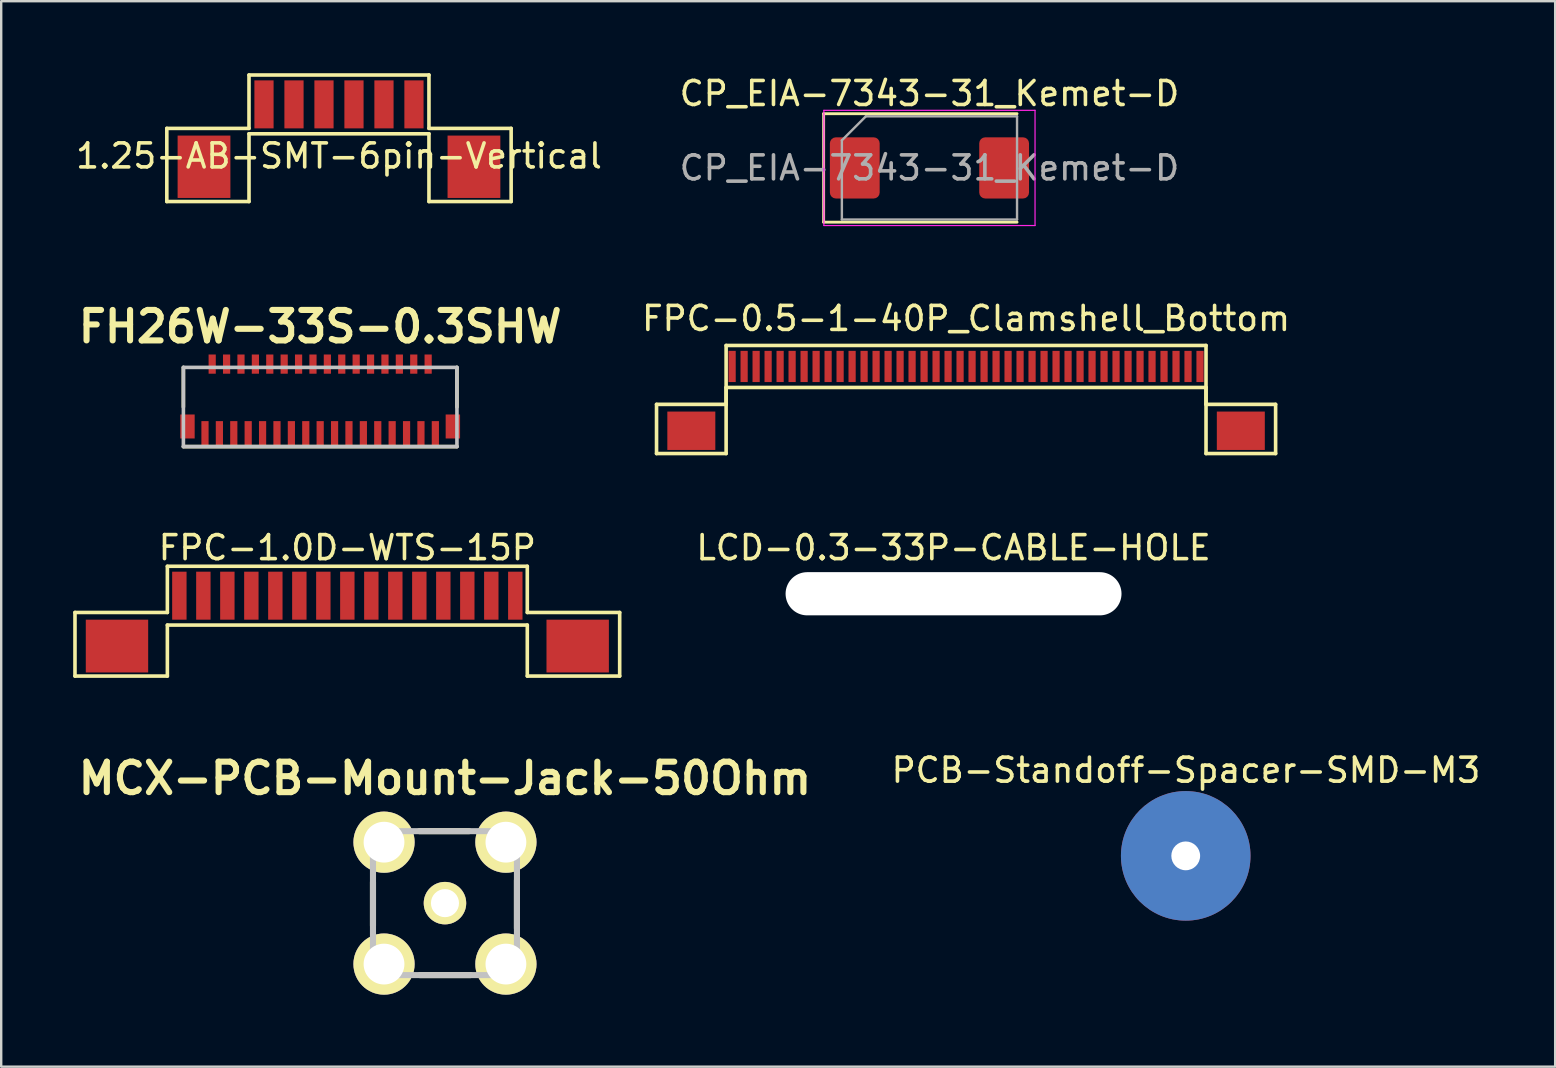
<source format=kicad_pcb>
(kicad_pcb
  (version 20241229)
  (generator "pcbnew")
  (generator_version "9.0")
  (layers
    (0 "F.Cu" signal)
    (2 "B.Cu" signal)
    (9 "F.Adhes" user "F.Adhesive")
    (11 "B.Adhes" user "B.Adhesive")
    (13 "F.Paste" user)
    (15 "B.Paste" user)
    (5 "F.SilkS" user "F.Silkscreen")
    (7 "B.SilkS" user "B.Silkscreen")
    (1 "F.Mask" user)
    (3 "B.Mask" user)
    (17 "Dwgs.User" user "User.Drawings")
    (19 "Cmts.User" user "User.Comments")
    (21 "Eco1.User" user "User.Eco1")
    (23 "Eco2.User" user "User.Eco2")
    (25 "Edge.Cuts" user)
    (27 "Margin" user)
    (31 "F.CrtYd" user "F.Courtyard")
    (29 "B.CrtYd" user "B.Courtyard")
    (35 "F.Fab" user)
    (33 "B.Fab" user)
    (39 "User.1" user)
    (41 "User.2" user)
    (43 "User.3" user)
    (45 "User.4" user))
  (footprint "CP_EIA-7343-31_Kemet-D"
    (layer "F.Cu")
    (at 35.685 3.948)
    (property "Reference" "CP_EIA-7343-31_Kemet-D" (at 0 -3.1 0) (layer "F.SilkS") (effects (font (size 1 1) (thickness 0.15))))
    (attr smd)
    (fp_line (start -4.41 -2.26) (end -4.41 2.26) (stroke (width 0.12) (type solid)) (layer "F.SilkS"))
    (fp_line (start -4.41 2.26) (end 3.65 2.26) (stroke (width 0.12) (type solid)) (layer "F.SilkS"))
    (fp_line (start 3.65 -2.26) (end -4.41 -2.26) (stroke (width 0.12) (type solid)) (layer "F.SilkS"))
    (fp_line (start -4.4 -2.4) (end 4.4 -2.4) (stroke (width 0.05) (type solid)) (layer "F.CrtYd"))
    (fp_line (start -4.4 2.4) (end -4.4 -2.4) (stroke (width 0.05) (type solid)) (layer "F.CrtYd"))
    (fp_line (start 4.4 -2.4) (end 4.4 2.4) (stroke (width 0.05) (type solid)) (layer "F.CrtYd"))
    (fp_line (start 4.4 2.4) (end -4.4 2.4) (stroke (width 0.05) (type solid)) (layer "F.CrtYd"))
    (fp_line (start -3.65 -1.15) (end -3.65 2.15) (stroke (width 0.1) (type solid)) (layer "F.Fab"))
    (fp_line (start -3.65 2.15) (end 3.65 2.15) (stroke (width 0.1) (type solid)) (layer "F.Fab"))
    (fp_line (start -2.65 -2.15) (end -3.65 -1.15) (stroke (width 0.1) (type solid)) (layer "F.Fab"))
    (fp_line (start 3.65 -2.15) (end -2.65 -2.15) (stroke (width 0.1) (type solid)) (layer "F.Fab"))
    (fp_line (start 3.65 2.15) (end 3.65 -2.15) (stroke (width 0.1) (type solid)) (layer "F.Fab"))
    (fp_text user "${REFERENCE}" (at 0 0 0) (layer "F.Fab") (effects (font (size 1 1) (thickness 0.15))))
    (pad "1" smd roundrect (at -3.112 0) (size 2.075 2.55) (layers "F.Cu" "F.Mask" "F.Paste") (roundrect_rratio 0.12))
    (pad "2" smd roundrect (at 3.112 0) (size 2.075 2.55) (layers "F.Cu" "F.Mask" "F.Paste") (roundrect_rratio 0.12)))
  (footprint "1.25-AB-SMT-6pin-Vertical"
    (layer "F.Cu")
    (at 11.077 1.3)
    (property "Reference" "1.25-AB-SMT-6pin-Vertical" (at 0 2.15 0) (layer "F.SilkS") (effects (font (size 1 1) (thickness 0.15))))
    (attr smd)
    (fp_line (start -7.175 1) (end -3.75 1) (stroke (width 0.15) (type solid)) (layer "F.SilkS"))
    (fp_line (start -7.175 4.05) (end -7.175 1) (stroke (width 0.15) (type solid)) (layer "F.SilkS"))
    (fp_line (start -3.75 -1.225) (end 3.75 -1.225) (stroke (width 0.15) (type solid)) (layer "F.SilkS"))
    (fp_line (start -3.75 1) (end -3.75 -1.225) (stroke (width 0.15) (type solid)) (layer "F.SilkS"))
    (fp_line (start -3.75 1.225) (end -3.75 4.05) (stroke (width 0.15) (type solid)) (layer "F.SilkS"))
    (fp_line (start -3.75 1.225) (end 3.75 1.225) (stroke (width 0.15) (type solid)) (layer "F.SilkS"))
    (fp_line (start -3.75 4.05) (end -7.175 4.05) (stroke (width 0.15) (type solid)) (layer "F.SilkS"))
    (fp_line (start 3.75 1) (end 3.75 -1.225) (stroke (width 0.15) (type solid)) (layer "F.SilkS"))
    (fp_line (start 3.75 1.225) (end 3.75 4.05) (stroke (width 0.15) (type solid)) (layer "F.SilkS"))
    (fp_line (start 3.75 4.05) (end 7.175 4.05) (stroke (width 0.15) (type solid)) (layer "F.SilkS"))
    (fp_line (start 7.175 1) (end 3.75 1) (stroke (width 0.15) (type solid)) (layer "F.SilkS"))
    (fp_line (start 7.175 4.05) (end 7.175 1) (stroke (width 0.15) (type solid)) (layer "F.SilkS"))
    (pad "1" smd rect (at -3.125 0) (size 0.8 2) (layers "F.Cu" "F.Mask" "F.Paste"))
    (pad "2" smd rect (at -1.875 0) (size 0.8 2) (layers "F.Cu" "F.Mask" "F.Paste"))
    (pad "3" smd rect (at -0.625 0) (size 0.8 2) (layers "F.Cu" "F.Mask" "F.Paste"))
    (pad "4" smd rect (at 0.625 0) (size 0.8 2) (layers "F.Cu" "F.Mask" "F.Paste"))
    (pad "5" smd rect (at 1.875 0) (size 0.8 2) (layers "F.Cu" "F.Mask" "F.Paste"))
    (pad "6" smd rect (at 3.125 0) (size 0.8 2) (layers "F.Cu" "F.Mask" "F.Paste"))
    (pad "SH" smd rect (at -5.625 2.6) (size 2.2 2.6) (layers "F.Cu" "F.Mask" "F.Paste"))
    (pad "SH" smd rect (at 5.625 2.6) (size 2.2 2.6) (layers "F.Cu" "F.Mask" "F.Paste")))
  (footprint "FPC-1.0D-WTS-15P"
    (layer "F.Cu")
    (at 11.425 21.775)
    (property "Reference" "FPC-1.0D-WTS-15P" (at 0 -2 0) (layer "F.SilkS") (effects (font (size 1 1) (thickness 0.15))))
    (attr smd)
    (fp_line (start -11.35 0.7) (end -7.5 0.7) (stroke (width 0.15) (type solid)) (layer "F.SilkS"))
    (fp_line (start -11.35 3.35) (end -11.35 0.7) (stroke (width 0.15) (type solid)) (layer "F.SilkS"))
    (fp_line (start -7.5 -1.225) (end 7.5 -1.225) (stroke (width 0.15) (type solid)) (layer "F.SilkS"))
    (fp_line (start -7.5 0.7) (end -7.5 -1.225) (stroke (width 0.15) (type solid)) (layer "F.SilkS"))
    (fp_line (start -7.5 1.225) (end -7.5 3.35) (stroke (width 0.15) (type solid)) (layer "F.SilkS"))
    (fp_line (start -7.5 1.225) (end 7.5 1.225) (stroke (width 0.15) (type solid)) (layer "F.SilkS"))
    (fp_line (start -7.5 3.35) (end -11.35 3.35) (stroke (width 0.15) (type solid)) (layer "F.SilkS"))
    (fp_line (start 7.5 0.7) (end 7.5 -1.225) (stroke (width 0.15) (type solid)) (layer "F.SilkS"))
    (fp_line (start 7.5 1.225) (end 7.5 3.35) (stroke (width 0.15) (type solid)) (layer "F.SilkS"))
    (fp_line (start 7.5 3.35) (end 11.35 3.35) (stroke (width 0.15) (type solid)) (layer "F.SilkS"))
    (fp_line (start 11.35 0.7) (end 7.5 0.7) (stroke (width 0.15) (type solid)) (layer "F.SilkS"))
    (fp_line (start 11.35 3.35) (end 11.35 0.7) (stroke (width 0.15) (type solid)) (layer "F.SilkS"))
    (pad "1" smd rect (at -7 0) (size 0.6 2) (layers "F.Cu" "F.Mask" "F.Paste"))
    (pad "2" smd rect (at -6 0) (size 0.6 2) (layers "F.Cu" "F.Mask" "F.Paste"))
    (pad "3" smd rect (at -5 0) (size 0.6 2) (layers "F.Cu" "F.Mask" "F.Paste"))
    (pad "4" smd rect (at -4 0) (size 0.6 2) (layers "F.Cu" "F.Mask" "F.Paste"))
    (pad "5" smd rect (at -3 0) (size 0.6 2) (layers "F.Cu" "F.Mask" "F.Paste"))
    (pad "6" smd rect (at -2 0) (size 0.6 2) (layers "F.Cu" "F.Mask" "F.Paste"))
    (pad "7" smd rect (at -1 0) (size 0.6 2) (layers "F.Cu" "F.Mask" "F.Paste"))
    (pad "8" smd rect (at 0 0) (size 0.6 2) (layers "F.Cu" "F.Mask" "F.Paste"))
    (pad "9" smd rect (at 1 0) (size 0.6 2) (layers "F.Cu" "F.Mask" "F.Paste"))
    (pad "10" smd rect (at 2 0) (size 0.6 2) (layers "F.Cu" "F.Mask" "F.Paste"))
    (pad "11" smd rect (at 3 0) (size 0.6 2) (layers "F.Cu" "F.Mask" "F.Paste"))
    (pad "12" smd rect (at 4 0) (size 0.6 2) (layers "F.Cu" "F.Mask" "F.Paste"))
    (pad "13" smd rect (at 5 0) (size 0.6 2) (layers "F.Cu" "F.Mask" "F.Paste"))
    (pad "14" smd rect (at 6 0) (size 0.6 2) (layers "F.Cu" "F.Mask" "F.Paste"))
    (pad "15" smd rect (at 7 0) (size 0.6 2) (layers "F.Cu" "F.Mask" "F.Paste"))
    (pad "SH" smd rect (at -9.6 2.1) (size 2.6 2.2) (layers "F.Cu" "F.Mask" "F.Paste"))
    (pad "SH" smd rect (at 9.6 2.1) (size 2.6 2.2) (layers "F.Cu" "F.Mask" "F.Paste")))
  (footprint "PCB-Standoff-Spacer-SMD-M3"
    (layer "F.Cu")
    (at 46.365 32.618)
    (property "Reference" "PCB-Standoff-Spacer-SMD-M3" (at 0.01 -3.57 0) (layer "F.SilkS") (effects (font (size 1 1) (thickness 0.15))))
    (attr through_hole)
    (pad "1" thru_hole circle (at 0 0) (size 5.4 5.4) (drill 1.2) (layers "*.Cu" "*.Mask")))
  (footprint "FPC-0.5-1-40P_Clamshell_Bottom"
    (layer "F.Cu")
    (at 37.211 12.222)
    (property "Reference" "FPC-0.5-1-40P_Clamshell_Bottom" (at 0 -2 0) (layer "F.SilkS") (effects (font (size 1 1) (thickness 0.15))))
    (attr smd)
    (fp_line (start -12.9 1.58) (end -10 1.58) (stroke (width 0.15) (type solid)) (layer "F.SilkS"))
    (fp_line (start -12.9 3.63) (end -12.9 1.58) (stroke (width 0.15) (type solid)) (layer "F.SilkS"))
    (fp_line (start -10 -0.875) (end 10 -0.875) (stroke (width 0.15) (type solid)) (layer "F.SilkS"))
    (fp_line (start -10 0.875) (end -10 3.63) (stroke (width 0.15) (type solid)) (layer "F.SilkS"))
    (fp_line (start -10 0.875) (end 10 0.875) (stroke (width 0.15) (type solid)) (layer "F.SilkS"))
    (fp_line (start -10 1.58) (end -10 -0.875) (stroke (width 0.15) (type solid)) (layer "F.SilkS"))
    (fp_line (start -10 3.63) (end -12.9 3.63) (stroke (width 0.15) (type solid)) (layer "F.SilkS"))
    (fp_line (start 10 0.875) (end 10 3.63) (stroke (width 0.15) (type solid)) (layer "F.SilkS"))
    (fp_line (start 10 1.58) (end 10 -0.875) (stroke (width 0.15) (type solid)) (layer "F.SilkS"))
    (fp_line (start 10 3.63) (end 12.9 3.63) (stroke (width 0.15) (type solid)) (layer "F.SilkS"))
    (fp_line (start 12.9 1.58) (end 10 1.58) (stroke (width 0.15) (type solid)) (layer "F.SilkS"))
    (fp_line (start 12.9 3.63) (end 12.9 1.58) (stroke (width 0.15) (type solid)) (layer "F.SilkS"))
    (pad "1" smd rect (at -9.75 0) (size 0.3 1.3) (layers "F.Cu" "F.Mask" "F.Paste"))
    (pad "2" smd rect (at -9.25 0) (size 0.3 1.3) (layers "F.Cu" "F.Mask" "F.Paste"))
    (pad "3" smd rect (at -8.75 0) (size 0.3 1.3) (layers "F.Cu" "F.Mask" "F.Paste"))
    (pad "4" smd rect (at -8.25 0) (size 0.3 1.3) (layers "F.Cu" "F.Mask" "F.Paste"))
    (pad "5" smd rect (at -7.75 0) (size 0.3 1.3) (layers "F.Cu" "F.Mask" "F.Paste"))
    (pad "6" smd rect (at -7.25 0) (size 0.3 1.3) (layers "F.Cu" "F.Mask" "F.Paste"))
    (pad "7" smd rect (at -6.75 0) (size 0.3 1.3) (layers "F.Cu" "F.Mask" "F.Paste"))
    (pad "8" smd rect (at -6.25 0) (size 0.3 1.3) (layers "F.Cu" "F.Mask" "F.Paste"))
    (pad "9" smd rect (at -5.75 0) (size 0.3 1.3) (layers "F.Cu" "F.Mask" "F.Paste"))
    (pad "10" smd rect (at -5.25 0) (size 0.3 1.3) (layers "F.Cu" "F.Mask" "F.Paste"))
    (pad "11" smd rect (at -4.75 0) (size 0.3 1.3) (layers "F.Cu" "F.Mask" "F.Paste"))
    (pad "12" smd rect (at -4.25 0) (size 0.3 1.3) (layers "F.Cu" "F.Mask" "F.Paste"))
    (pad "13" smd rect (at -3.75 0) (size 0.3 1.3) (layers "F.Cu" "F.Mask" "F.Paste"))
    (pad "14" smd rect (at -3.25 0) (size 0.3 1.3) (layers "F.Cu" "F.Mask" "F.Paste"))
    (pad "15" smd rect (at -2.75 0) (size 0.3 1.3) (layers "F.Cu" "F.Mask" "F.Paste"))
    (pad "16" smd rect (at -2.25 0) (size 0.3 1.3) (layers "F.Cu" "F.Mask" "F.Paste"))
    (pad "17" smd rect (at -1.75 0) (size 0.3 1.3) (layers "F.Cu" "F.Mask" "F.Paste"))
    (pad "18" smd rect (at -1.25 0) (size 0.3 1.3) (layers "F.Cu" "F.Mask" "F.Paste"))
    (pad "19" smd rect (at -0.75 0) (size 0.3 1.3) (layers "F.Cu" "F.Mask" "F.Paste"))
    (pad "20" smd rect (at -0.25 0) (size 0.3 1.3) (layers "F.Cu" "F.Mask" "F.Paste"))
    (pad "21" smd rect (at 0.25 0) (size 0.3 1.3) (layers "F.Cu" "F.Mask" "F.Paste"))
    (pad "22" smd rect (at 0.75 0) (size 0.3 1.3) (layers "F.Cu" "F.Mask" "F.Paste"))
    (pad "23" smd rect (at 1.25 0) (size 0.3 1.3) (layers "F.Cu" "F.Mask" "F.Paste"))
    (pad "24" smd rect (at 1.75 0) (size 0.3 1.3) (layers "F.Cu" "F.Mask" "F.Paste"))
    (pad "25" smd rect (at 2.25 0) (size 0.3 1.3) (layers "F.Cu" "F.Mask" "F.Paste"))
    (pad "26" smd rect (at 2.75 0) (size 0.3 1.3) (layers "F.Cu" "F.Mask" "F.Paste"))
    (pad "27" smd rect (at 3.25 0) (size 0.3 1.3) (layers "F.Cu" "F.Mask" "F.Paste"))
    (pad "28" smd rect (at 3.75 0) (size 0.3 1.3) (layers "F.Cu" "F.Mask" "F.Paste"))
    (pad "29" smd rect (at 4.25 0) (size 0.3 1.3) (layers "F.Cu" "F.Mask" "F.Paste"))
    (pad "30" smd rect (at 4.75 0) (size 0.3 1.3) (layers "F.Cu" "F.Mask" "F.Paste"))
    (pad "31" smd rect (at 5.25 0) (size 0.3 1.3) (layers "F.Cu" "F.Mask" "F.Paste"))
    (pad "32" smd rect (at 5.75 0) (size 0.3 1.3) (layers "F.Cu" "F.Mask" "F.Paste"))
    (pad "33" smd rect (at 6.25 0) (size 0.3 1.3) (layers "F.Cu" "F.Mask" "F.Paste"))
    (pad "34" smd rect (at 6.75 0) (size 0.3 1.3) (layers "F.Cu" "F.Mask" "F.Paste"))
    (pad "35" smd rect (at 7.25 0) (size 0.3 1.3) (layers "F.Cu" "F.Mask" "F.Paste"))
    (pad "36" smd rect (at 7.75 0) (size 0.3 1.3) (layers "F.Cu" "F.Mask" "F.Paste"))
    (pad "37" smd rect (at 8.25 0) (size 0.3 1.3) (layers "F.Cu" "F.Mask" "F.Paste"))
    (pad "38" smd rect (at 8.75 0) (size 0.3 1.3) (layers "F.Cu" "F.Mask" "F.Paste"))
    (pad "39" smd rect (at 9.25 0) (size 0.3 1.3) (layers "F.Cu" "F.Mask" "F.Paste"))
    (pad "40" smd rect (at 9.75 0) (size 0.3 1.3) (layers "F.Cu" "F.Mask" "F.Paste"))
    (pad "SH" smd rect (at -11.45 2.68) (size 2 1.6) (layers "F.Cu" "F.Mask" "F.Paste"))
    (pad "SH" smd rect (at 11.45 2.68) (size 2 1.6) (layers "F.Cu" "F.Mask" "F.Paste")))
  (footprint "LCD-0.3-33P-CABLE-HOLE"
    (layer "F.Cu")
    (at 36.689 21.695)
    (property "Reference" "LCD-0.3-33P-CABLE-HOLE" (at 0 -1.92 0) (layer "F.SilkS") (effects (font (size 1 1) (thickness 0.15))))
    (attr through_hole)
    (pad "" np_thru_hole oval (at 0 0) (size 14 1.8) (drill oval 14 1.8) (layers "*.Cu" "*.Mask")))
  (footprint "FH26W-33S-0.3SHW"
    (layer "F.Cu")
    (at 10.293 15.562)
    (property "Reference" "FH26W-33S-0.3SHW" (at 0 -5 0) (layer "F.SilkS") (effects (font (size 1.27 1.27) (thickness 0.254))))
    (attr smd)
    (fp_line (start -5.7 -3.3) (end -5.7 -1.65) (stroke (width 0.15) (type solid)) (layer "F.SilkS"))
    (fp_line (start -5.7 0) (end 5.7 0) (stroke (width 0.15) (type solid)) (layer "F.SilkS"))
    (fp_line (start 5.7 -3.3) (end 5.7 -1.65) (stroke (width 0.15) (type solid)) (layer "F.SilkS"))
    (fp_line (start -5.7 -3.3) (end 5.7 -3.3) (stroke (width 0.15) (type solid)) (layer "Dwgs.User"))
    (fp_line (start -5.7 0) (end -5.7 -3.3) (stroke (width 0.15) (type solid)) (layer "Dwgs.User"))
    (fp_line (start 5.7 -3.3) (end 5.7 0) (stroke (width 0.15) (type solid)) (layer "Dwgs.User"))
    (fp_line (start 5.7 0) (end -5.7 0) (stroke (width 0.15) (type solid)) (layer "Dwgs.User"))
    (pad "1" smd rect (at -4.8 -0.562) (size 0.3 1) (layers "F.Cu" "F.Mask" "F.Paste"))
    (pad "2" smd rect (at -4.5 -3.438) (size 0.3 0.8) (layers "F.Cu" "F.Mask" "F.Paste"))
    (pad "3" smd rect (at -4.2 -0.562) (size 0.3 1) (layers "F.Cu" "F.Mask" "F.Paste"))
    (pad "4" smd rect (at -3.9 -3.438) (size 0.3 0.8) (layers "F.Cu" "F.Mask" "F.Paste"))
    (pad "5" smd rect (at -3.6 -0.562) (size 0.3 1) (layers "F.Cu" "F.Mask" "F.Paste"))
    (pad "6" smd rect (at -3.3 -3.438) (size 0.3 0.8) (layers "F.Cu" "F.Mask" "F.Paste"))
    (pad "7" smd rect (at -3 -0.562) (size 0.3 1) (layers "F.Cu" "F.Mask" "F.Paste"))
    (pad "8" smd rect (at -2.7 -3.438) (size 0.3 0.8) (layers "F.Cu" "F.Mask" "F.Paste"))
    (pad "9" smd rect (at -2.4 -0.562) (size 0.3 1) (layers "F.Cu" "F.Mask" "F.Paste"))
    (pad "10" smd rect (at -2.1 -3.438) (size 0.3 0.8) (layers "F.Cu" "F.Mask" "F.Paste"))
    (pad "11" smd rect (at -1.8 -0.562) (size 0.3 1) (layers "F.Cu" "F.Mask" "F.Paste"))
    (pad "12" smd rect (at -1.5 -3.438) (size 0.3 0.8) (layers "F.Cu" "F.Mask" "F.Paste"))
    (pad "13" smd rect (at -1.2 -0.562) (size 0.3 1) (layers "F.Cu" "F.Mask" "F.Paste"))
    (pad "14" smd rect (at -0.9 -3.438) (size 0.3 0.8) (layers "F.Cu" "F.Mask" "F.Paste"))
    (pad "15" smd rect (at -0.6 -0.562) (size 0.3 1) (layers "F.Cu" "F.Mask" "F.Paste"))
    (pad "16" smd rect (at -0.3 -3.438) (size 0.3 0.8) (layers "F.Cu" "F.Mask" "F.Paste"))
    (pad "17" smd rect (at 0 -0.562) (size 0.3 1) (layers "F.Cu" "F.Mask" "F.Paste"))
    (pad "18" smd rect (at 0.3 -3.438) (size 0.3 0.8) (layers "F.Cu" "F.Mask" "F.Paste"))
    (pad "19" smd rect (at 0.6 -0.562) (size 0.3 1) (layers "F.Cu" "F.Mask" "F.Paste"))
    (pad "20" smd rect (at 0.9 -3.438) (size 0.3 0.8) (layers "F.Cu" "F.Mask" "F.Paste"))
    (pad "21" smd rect (at 1.2 -0.562) (size 0.3 1) (layers "F.Cu" "F.Mask" "F.Paste"))
    (pad "22" smd rect (at 1.5 -3.438) (size 0.3 0.8) (layers "F.Cu" "F.Mask" "F.Paste"))
    (pad "23" smd rect (at 1.8 -0.562) (size 0.3 1) (layers "F.Cu" "F.Mask" "F.Paste"))
    (pad "24" smd rect (at 2.1 -3.438) (size 0.3 0.8) (layers "F.Cu" "F.Mask" "F.Paste"))
    (pad "25" smd rect (at 2.4 -0.562) (size 0.3 1) (layers "F.Cu" "F.Mask" "F.Paste"))
    (pad "26" smd rect (at 2.7 -3.438) (size 0.3 0.8) (layers "F.Cu" "F.Mask" "F.Paste"))
    (pad "27" smd rect (at 3 -0.562) (size 0.3 1) (layers "F.Cu" "F.Mask" "F.Paste"))
    (pad "28" smd rect (at 3.3 -3.438) (size 0.3 0.8) (layers "F.Cu" "F.Mask" "F.Paste"))
    (pad "29" smd rect (at 3.6 -0.562) (size 0.3 1) (layers "F.Cu" "F.Mask" "F.Paste"))
    (pad "30" smd rect (at 3.9 -3.438) (size 0.3 0.8) (layers "F.Cu" "F.Mask" "F.Paste"))
    (pad "31" smd rect (at 4.2 -0.562) (size 0.3 1) (layers "F.Cu" "F.Mask" "F.Paste"))
    (pad "32" smd rect (at 4.5 -3.438) (size 0.3 0.8) (layers "F.Cu" "F.Mask" "F.Paste"))
    (pad "33" smd rect (at 4.8 -0.562) (size 0.3 1) (layers "F.Cu" "F.Mask" "F.Paste"))
    (pad "SH1" smd rect (at -5.53 -0.838) (size 0.6 1) (layers "F.Cu" "F.Mask" "F.Paste"))
    (pad "SH2" smd rect (at 5.53 -0.838) (size 0.6 1) (layers "F.Cu" "F.Mask" "F.Paste")))
  (footprint "MCX-PCB-Mount-Jack-50Ohm"
    (layer "F.Cu")
    (at 15.494 34.588)
    (property "Reference" "MCX-PCB-Mount-Jack-50Ohm" (at 0 -5.2 0) (layer "F.SilkS") (effects (font (size 1.27 1.27) (thickness 0.254))))
    (attr through_hole)
    (fp_line (start -3 -0.878) (end -3 0.944) (stroke (width 0.254) (type solid)) (layer "F.SilkS"))
    (fp_line (start -1.064 -3) (end 1.001 -3) (stroke (width 0.254) (type solid)) (layer "F.SilkS"))
    (fp_line (start -1.037 3) (end 1.056 3) (stroke (width 0.254) (type solid)) (layer "F.SilkS"))
    (fp_line (start 3 1.053) (end 3 -0.95) (stroke (width 0.254) (type solid)) (layer "F.SilkS"))
    (fp_line (start -3 -3) (end 3 -3) (stroke (width 0.254) (type solid)) (layer "Dwgs.User"))
    (fp_line (start -3 3) (end -3 -3) (stroke (width 0.254) (type solid)) (layer "Dwgs.User"))
    (fp_line (start 3 -3) (end 3 3) (stroke (width 0.254) (type solid)) (layer "Dwgs.User"))
    (fp_line (start 3 3) (end -3 3) (stroke (width 0.254) (type solid)) (layer "Dwgs.User"))
    (pad "1" thru_hole circle (at 0 0 90) (size 1.77 1.77) (drill 1.17) (layers "*.Cu" "*.Mask" "F.SilkS"))
    (pad "2" thru_hole circle (at -2.54 -2.54 90) (size 2.55 2.55) (drill 1.7) (layers "*.Cu" "*.Mask" "F.SilkS"))
    (pad "2" thru_hole circle (at -2.54 2.54 90) (size 2.55 2.55) (drill 1.7) (layers "*.Cu" "*.Mask" "F.SilkS"))
    (pad "2" thru_hole circle (at 2.54 -2.54 90) (size 2.55 2.55) (drill 1.7) (layers "*.Cu" "*.Mask" "F.SilkS"))
    (pad "2" thru_hole circle (at 2.54 2.54 90) (size 2.55 2.55) (drill 1.7) (layers "*.Cu" "*.Mask" "F.SilkS")))
  (gr_rect
    (start -3 -3)
    (end 61.762 41.403)
    (stroke (width 0.1) (type default))
    (fill no)
    (layer "Edge.Cuts")))
</source>
